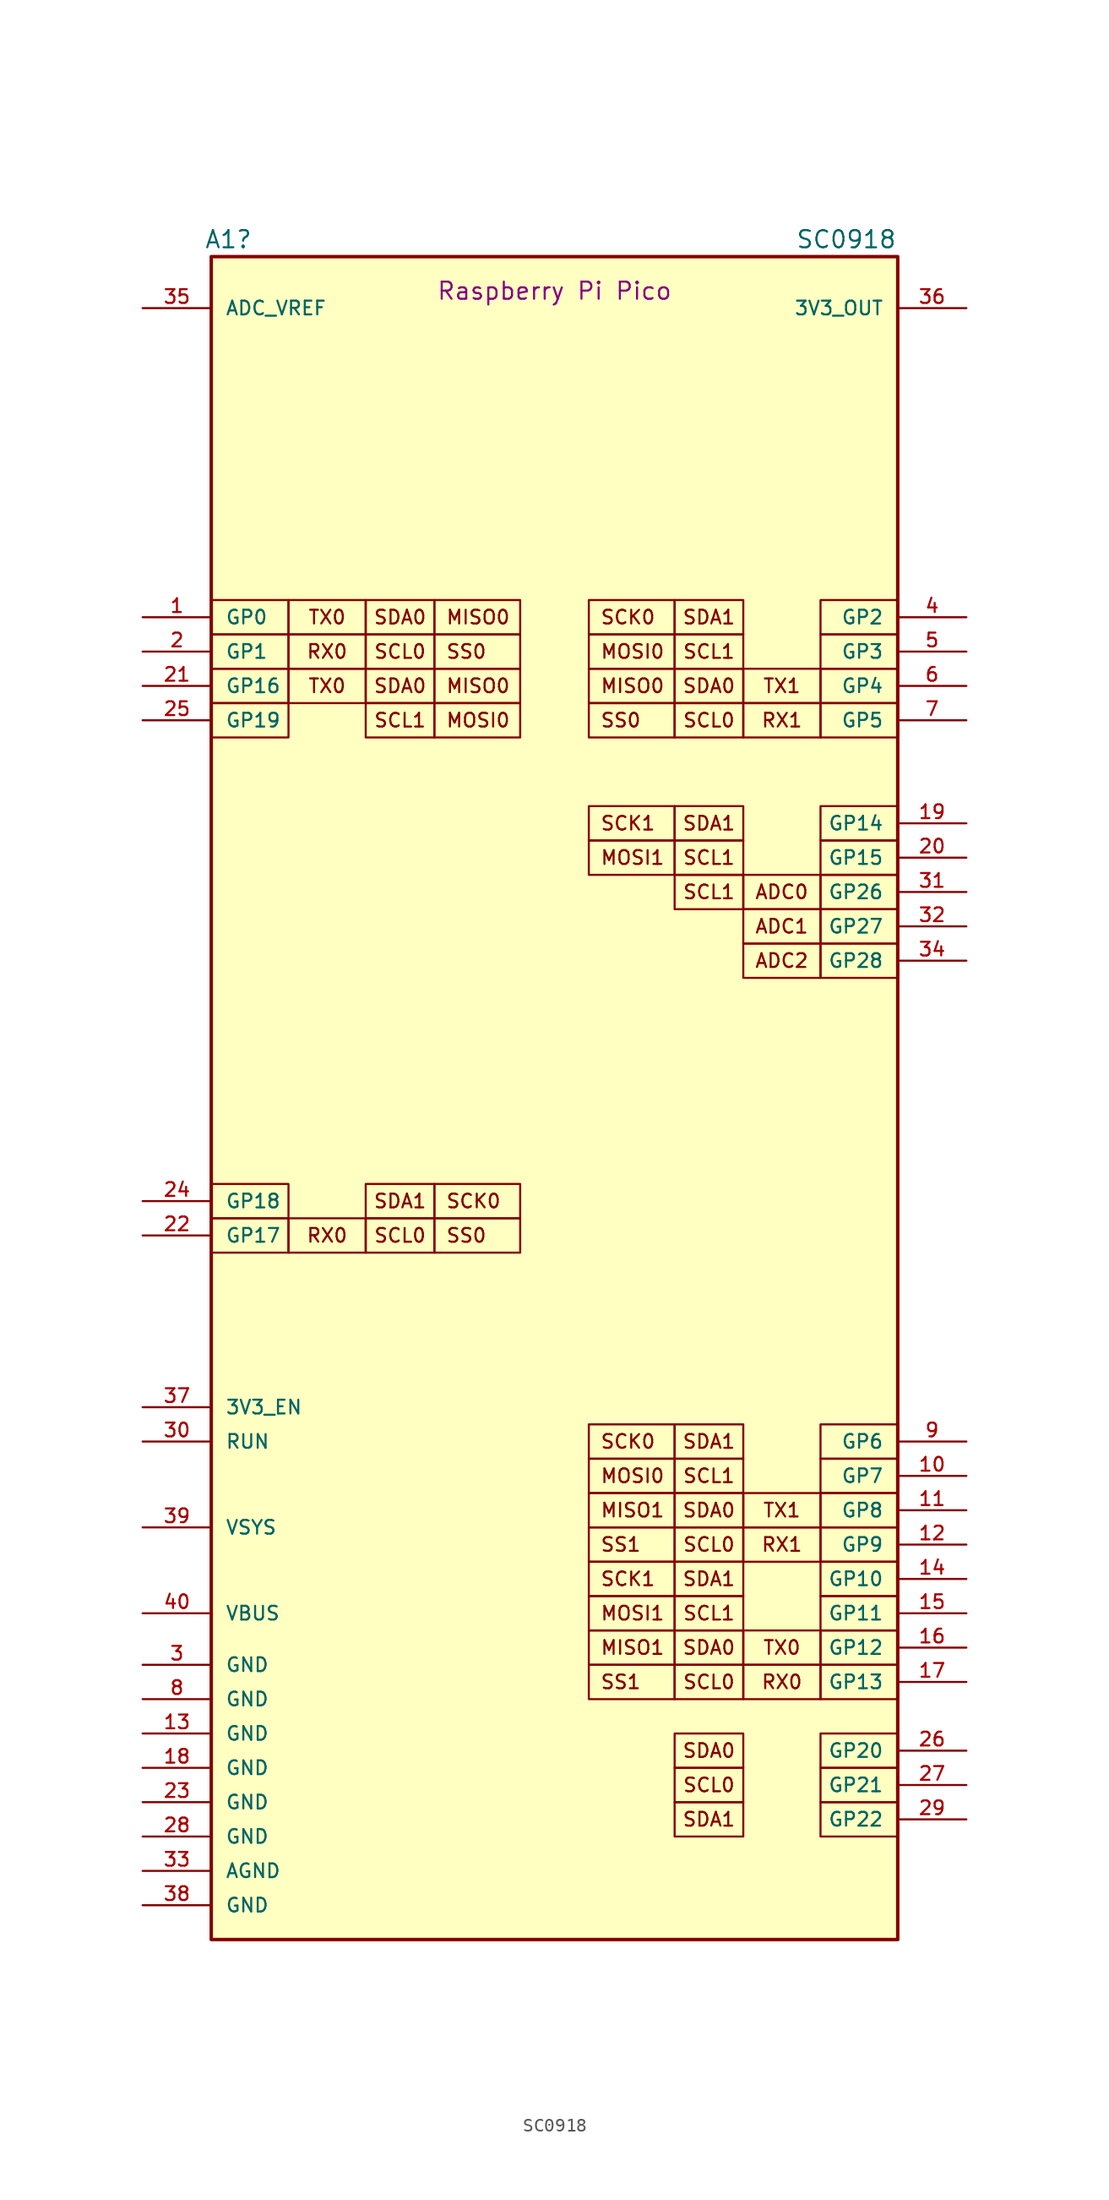
<source format=kicad_sym>
(kicad_symbol_lib
  (version 20220914)
  (generator kicad_symbol_editor)
  (symbol "SC0918"
    (pin_names
      (offset 1.016))
    (property "Reference" "A1"
      (at -24.13 82.55 0)
      (effects (font (size 1.27 1.27))))
    (property "Value" "SC0918"
      (at 21.59 82.55 0)
      (effects (font (size 1.27 1.27))))
    (property "manufacturer" "Raspberry Pi Pico"
      (at 0 78.74 0)
      (effects (font (size 1.27 1.27))))
    (symbol "SC0918_0_0"
      (rectangle (start -25.4 81.28) (end 25.4 -43.18) (stroke (width 0.254) (type default)) (fill (type background)))
      (text_box "ADC0" (at 13.97 35.56 0) (size 5.715 -2.54) (stroke (width 0) (type default)) (fill (type none)) (effects (font (size 1.016 1.016)) (justify left)))
      (text_box "ADC1" (at 13.97 33.02 0) (size 5.715 -2.54) (stroke (width 0) (type default)) (fill (type none)) (effects (font (size 1.016 1.016)) (justify left)))
      (text_box "ADC2" (at 13.97 30.48 0) (size 5.715 -2.54) (stroke (width 0) (type default)) (fill (type none)) (effects (font (size 1.016 1.016)) (justify left)))
      (text_box "MISO0" (at -8.89 48.26 0) (size 6.35 2.54) (stroke (width 0) (type default)) (fill (type none)) (effects (font (size 1.016 1.016)) (justify left)))
      (text_box "MISO0" (at -8.89 55.88 0) (size 6.35 -2.54) (stroke (width 0) (type default)) (fill (type none)) (effects (font (size 1.016 1.016)) (justify left)))
      (text_box "MISO0" (at 2.54 48.26 0) (size 6.35 2.54) (stroke (width 0) (type default)) (fill (type none)) (effects (font (size 1.016 1.016)) (justify left)))
      (text_box "MISO1" (at 2.54 -22.86 0) (size 6.35 2.54) (stroke (width 0) (type default)) (fill (type none)) (effects (font (size 1.016 1.016)) (justify left)))
      (text_box "MISO1" (at 2.54 -12.7 0) (size 6.35 2.54) (stroke (width 0) (type default)) (fill (type none)) (effects (font (size 1.016 1.016)) (justify left)))
      (text_box "MOSI0" (at -8.89 45.72 0) (size 6.35 2.54) (stroke (width 0) (type default)) (fill (type none)) (effects (font (size 1.016 1.016)) (justify left)))
      (text_box "MOSI0" (at 2.54 -10.16 0) (size 6.35 2.54) (stroke (width 0) (type default)) (fill (type none)) (effects (font (size 1.016 1.016)) (justify left)))
      (text_box "MOSI0" (at 2.54 50.8 0) (size 6.35 2.54) (stroke (width 0) (type default)) (fill (type none)) (effects (font (size 1.016 1.016)) (justify left)))
      (text_box "MOSI1" (at 2.54 -20.32 0) (size 6.35 2.54) (stroke (width 0) (type default)) (fill (type none)) (effects (font (size 1.016 1.016)) (justify left)))
      (text_box "MOSI1" (at 2.54 35.56 0) (size 6.35 2.54) (stroke (width 0) (type default)) (fill (type none)) (effects (font (size 1.016 1.016)) (justify left)))
      (text_box "RX0" (at -19.685 7.62 0) (size 5.715 2.54) (stroke (width 0) (type default)) (fill (type none)) (effects (font (size 1.016 1.016))))
      (text_box "RX0" (at -19.685 53.34 0) (size 5.715 -2.54) (stroke (width 0) (type default)) (fill (type none)) (effects (font (size 1.016 1.016))))
      (text_box "RX0" (at 13.97 -25.4 0) (size 5.715 2.54) (stroke (width 0) (type default)) (fill (type none)) (effects (font (size 1.016 1.016))))
      (text_box "RX1" (at 13.97 -15.24 0) (size 5.715 2.54) (stroke (width 0) (type default)) (fill (type none)) (effects (font (size 1.016 1.016))))
      (text_box "RX1" (at 13.97 45.72 0) (size 5.715 2.54) (stroke (width 0) (type default)) (fill (type none)) (effects (font (size 1.016 1.016))))
      (text_box "SCK0" (at -8.89 10.16 0) (size 6.35 2.54) (stroke (width 0) (type default)) (fill (type none)) (effects (font (size 1.016 1.016)) (justify left)))
      (text_box "SCK0" (at 2.54 -7.62 0) (size 6.35 2.54) (stroke (width 0) (type default)) (fill (type none)) (effects (font (size 1.016 1.016)) (justify left)))
      (text_box "SCK0" (at 2.54 53.34 0) (size 6.35 2.54) (stroke (width 0) (type default)) (fill (type none)) (effects (font (size 1.016 1.016)) (justify left)))
      (text_box "SCK1" (at 2.54 -17.78 0) (size 6.35 2.54) (stroke (width 0) (type default)) (fill (type none)) (effects (font (size 1.016 1.016)) (justify left)))
      (text_box "SCK1" (at 2.54 38.1 0) (size 6.35 2.54) (stroke (width 0) (type default)) (fill (type none)) (effects (font (size 1.016 1.016)) (justify left)))
      (text_box "SCL0" (at -13.97 7.62 0) (size 5.08 2.54) (stroke (width 0) (type default)) (fill (type none)) (effects (font (size 1.016 1.016))))
      (text_box "SCL0" (at -13.97 53.34 0) (size 5.08 -2.54) (stroke (width 0) (type default)) (fill (type none)) (effects (font (size 1.016 1.016))))
      (text_box "SCL0" (at 8.89 -30.48 0) (size 5.08 -2.54) (stroke (width 0) (type default)) (fill (type none)) (effects (font (size 1.016 1.016))))
      (text_box "SCL0" (at 8.89 -25.4 0) (size 5.08 2.54) (stroke (width 0) (type default)) (fill (type none)) (effects (font (size 1.016 1.016))))
      (text_box "SCL0" (at 8.89 -15.24 0) (size 5.08 2.54) (stroke (width 0) (type default)) (fill (type none)) (effects (font (size 1.016 1.016))))
      (text_box "SCL0" (at 8.89 45.72 0) (size 5.08 2.54) (stroke (width 0) (type default)) (fill (type none)) (effects (font (size 1.016 1.016))))
      (text_box "SCL1" (at -13.97 45.72 0) (size 5.08 2.54) (stroke (width 0) (type default)) (fill (type none)) (effects (font (size 1.016 1.016))))
      (text_box "SCL1" (at 8.89 -20.32 0) (size 5.08 2.54) (stroke (width 0) (type default)) (fill (type none)) (effects (font (size 1.016 1.016))))
      (text_box "SCL1" (at 8.89 -10.16 0) (size 5.08 2.54) (stroke (width 0) (type default)) (fill (type none)) (effects (font (size 1.016 1.016))))
      (text_box "SCL1" (at 8.89 35.56 0) (size 5.08 -2.54) (stroke (width 0) (type default)) (fill (type none)) (effects (font (size 1.016 1.016))))
      (text_box "SCL1" (at 8.89 35.56 0) (size 5.08 2.54) (stroke (width 0) (type default)) (fill (type none)) (effects (font (size 1.016 1.016))))
      (text_box "SCL1" (at 8.89 50.8 0) (size 5.08 2.54) (stroke (width 0) (type default)) (fill (type none)) (effects (font (size 1.016 1.016))))
      (text_box "SDA0" (at -13.97 48.26 0) (size 5.08 2.54) (stroke (width 0) (type default)) (fill (type none)) (effects (font (size 1.016 1.016))))
      (text_box "SDA0" (at -13.97 55.88 0) (size 5.08 -2.54) (stroke (width 0) (type default)) (fill (type none)) (effects (font (size 1.016 1.016))))
      (text_box "SDA0" (at 8.89 -27.94 0) (size 5.08 -2.54) (stroke (width 0) (type default)) (fill (type none)) (effects (font (size 1.016 1.016))))
      (text_box "SDA0" (at 8.89 -22.86 0) (size 5.08 2.54) (stroke (width 0) (type default)) (fill (type none)) (effects (font (size 1.016 1.016))))
      (text_box "SDA0" (at 8.89 -12.7 0) (size 5.08 2.54) (stroke (width 0) (type default)) (fill (type none)) (effects (font (size 1.016 1.016))))
      (text_box "SDA0" (at 8.89 48.26 0) (size 5.08 2.54) (stroke (width 0) (type default)) (fill (type none)) (effects (font (size 1.016 1.016))))
      (text_box "SDA1" (at -13.97 10.16 0) (size 5.08 2.54) (stroke (width 0) (type default)) (fill (type none)) (effects (font (size 1.016 1.016))))
      (text_box "SDA1" (at 8.89 -33.02 0) (size 5.08 -2.54) (stroke (width 0) (type default)) (fill (type none)) (effects (font (size 1.016 1.016))))
      (text_box "SDA1" (at 8.89 -17.78 0) (size 5.08 2.54) (stroke (width 0) (type default)) (fill (type none)) (effects (font (size 1.016 1.016))))
      (text_box "SDA1" (at 8.89 -7.62 0) (size 5.08 2.54) (stroke (width 0) (type default)) (fill (type none)) (effects (font (size 1.016 1.016))))
      (text_box "SDA1" (at 8.89 38.1 0) (size 5.08 2.54) (stroke (width 0) (type default)) (fill (type none)) (effects (font (size 1.016 1.016))))
      (text_box "SDA1" (at 8.89 53.34 0) (size 5.08 2.54) (stroke (width 0) (type default)) (fill (type none)) (effects (font (size 1.016 1.016))))
      (text_box "SS0" (at -8.89 7.62 0) (size 6.35 2.54) (stroke (width 0) (type default)) (fill (type none)) (effects (font (size 1.016 1.016)) (justify left)))
      (text_box "SS0" (at -8.89 53.34 0) (size 6.35 -2.54) (stroke (width 0) (type default)) (fill (type none)) (effects (font (size 1.016 1.016)) (justify left)))
      (text_box "SS0" (at 2.54 45.72 0) (size 6.35 2.54) (stroke (width 0) (type default)) (fill (type none)) (effects (font (size 1.016 1.016)) (justify left)))
      (text_box "SS1" (at 2.54 -25.4 0) (size 6.35 2.54) (stroke (width 0) (type default)) (fill (type none)) (effects (font (size 1.016 1.016)) (justify left)))
      (text_box "SS1" (at 2.54 -15.24 0) (size 6.35 2.54) (stroke (width 0) (type default)) (fill (type none)) (effects (font (size 1.016 1.016)) (justify left)))
      (text_box "TX0" (at -19.685 48.26 0) (size 5.715 2.54) (stroke (width 0) (type default)) (fill (type none)) (effects (font (size 1.016 1.016))))
      (text_box "TX0" (at -19.685 55.88 0) (size 5.715 -2.54) (stroke (width 0) (type default)) (fill (type none)) (effects (font (size 1.016 1.016))))
      (text_box "TX0" (at 13.97 -22.86 0) (size 5.715 2.54) (stroke (width 0) (type default)) (fill (type none)) (effects (font (size 1.016 1.016))))
      (text_box "TX1" (at 13.97 -12.7 0) (size 5.715 2.54) (stroke (width 0) (type default)) (fill (type none)) (effects (font (size 1.016 1.016))))
      (text_box "TX1" (at 13.97 48.26 0) (size 5.715 2.54) (stroke (width 0) (type default)) (fill (type none)) (effects (font (size 1.016 1.016))))
      (pin bidirectional line (at -30.48 54.61 0) (length 5.08) (name "GP0" (effects (font (size 1.016 1.016)))) (number "1" (effects (font (size 1.016 1.016)))))
      (pin bidirectional line (at 30.48 -8.89 180) (length 5.08) (name "GP7" (effects (font (size 1.016 1.016)))) (number "10" (effects (font (size 1.016 1.016)))))
      (pin bidirectional line (at 30.48 -11.43 180) (length 5.08) (name "GP8" (effects (font (size 1.016 1.016)))) (number "11" (effects (font (size 1.016 1.016)))))
      (pin bidirectional line (at 30.48 -13.97 180) (length 5.08) (name "GP9" (effects (font (size 1.016 1.016)))) (number "12" (effects (font (size 1.016 1.016)))))
      (pin power_in line (at -30.48 -27.94 0) (length 5.08) (name "GND" (effects (font (size 1.016 1.016)))) (number "13" (effects (font (size 1.016 1.016)))))
      (pin bidirectional line (at 30.48 -16.51 180) (length 5.08) (name "GP10" (effects (font (size 1.016 1.016)))) (number "14" (effects (font (size 1.016 1.016)))))
      (pin bidirectional line (at 30.48 -19.05 180) (length 5.08) (name "GP11" (effects (font (size 1.016 1.016)))) (number "15" (effects (font (size 1.016 1.016)))))
      (pin bidirectional line (at 30.48 -21.59 180) (length 5.08) (name "GP12" (effects (font (size 1.016 1.016)))) (number "16" (effects (font (size 1.016 1.016)))))
      (pin bidirectional line (at 30.48 -24.13 180) (length 5.08) (name "GP13" (effects (font (size 1.016 1.016)))) (number "17" (effects (font (size 1.016 1.016)))))
      (pin power_in line (at -30.48 -30.48 0) (length 5.08) (name "GND" (effects (font (size 1.016 1.016)))) (number "18" (effects (font (size 1.016 1.016)))))
      (pin bidirectional line (at 30.48 39.37 180) (length 5.08) (name "GP14" (effects (font (size 1.016 1.016)))) (number "19" (effects (font (size 1.016 1.016)))))
      (pin bidirectional line (at -30.48 52.07 0) (length 5.08) (name "GP1" (effects (font (size 1.016 1.016)))) (number "2" (effects (font (size 1.016 1.016)))))
      (pin bidirectional line (at 30.48 36.83 180) (length 5.08) (name "GP15" (effects (font (size 1.016 1.016)))) (number "20" (effects (font (size 1.016 1.016)))))
      (pin bidirectional line (at -30.48 49.53 0) (length 5.08) (name "GP16" (effects (font (size 1.016 1.016)))) (number "21" (effects (font (size 1.016 1.016)))))
      (pin bidirectional line (at -30.48 8.89 0) (length 5.08) (name "GP17" (effects (font (size 1.016 1.016)))) (number "22" (effects (font (size 1.016 1.016)))))
      (pin power_in line (at -30.48 -33.02 0) (length 5.08) (name "GND" (effects (font (size 1.016 1.016)))) (number "23" (effects (font (size 1.016 1.016)))))
      (pin bidirectional line (at -30.48 11.43 0) (length 5.08) (name "GP18" (effects (font (size 1.016 1.016)))) (number "24" (effects (font (size 1.016 1.016)))))
      (pin bidirectional line (at -30.48 46.99 0) (length 5.08) (name "GP19" (effects (font (size 1.016 1.016)))) (number "25" (effects (font (size 1.016 1.016)))))
      (pin bidirectional line (at 30.48 -29.21 180) (length 5.08) (name "GP20" (effects (font (size 1.016 1.016)))) (number "26" (effects (font (size 1.016 1.016)))))
      (pin bidirectional line (at 30.48 -31.75 180) (length 5.08) (name "GP21" (effects (font (size 1.016 1.016)))) (number "27" (effects (font (size 1.016 1.016)))))
      (pin power_in line (at -30.48 -35.56 0) (length 5.08) (name "GND" (effects (font (size 1.016 1.016)))) (number "28" (effects (font (size 1.016 1.016)))))
      (pin bidirectional line (at 30.48 -34.29 180) (length 5.08) (name "GP22" (effects (font (size 1.016 1.016)))) (number "29" (effects (font (size 1.016 1.016)))))
      (pin power_in line (at -30.48 -22.86 0) (length 5.08) (name "GND" (effects (font (size 1.016 1.016)))) (number "3" (effects (font (size 1.016 1.016)))))
      (pin input line (at -30.48 -6.35 0) (length 5.08) (name "RUN" (effects (font (size 1.016 1.016)))) (number "30" (effects (font (size 1.016 1.016)))))
      (pin bidirectional line (at 30.48 34.29 180) (length 5.08) (name "GP26" (effects (font (size 1.016 1.016)))) (number "31" (effects (font (size 1.016 1.016)))))
      (pin bidirectional line (at 30.48 31.75 180) (length 5.08) (name "GP27" (effects (font (size 1.016 1.016)))) (number "32" (effects (font (size 1.016 1.016)))))
      (pin power_in line (at -30.48 -38.1 0) (length 5.08) (name "AGND" (effects (font (size 1.016 1.016)))) (number "33" (effects (font (size 1.016 1.016)))))
      (pin bidirectional line (at 30.48 29.21 180) (length 5.08) (name "GP28" (effects (font (size 1.016 1.016)))) (number "34" (effects (font (size 1.016 1.016)))))
      (pin power_in line (at -30.48 77.47 0) (length 5.08) (name "ADC_VREF" (effects (font (size 1.016 1.016)))) (number "35" (effects (font (size 1.016 1.016)))))
      (pin power_in line (at 30.48 77.47 180) (length 5.08) (name "3V3_OUT" (effects (font (size 1.016 1.016)))) (number "36" (effects (font (size 1.016 1.016)))))
      (pin input line (at -30.48 -3.81 0) (length 5.08) (name "3V3_EN" (effects (font (size 1.016 1.016)))) (number "37" (effects (font (size 1.016 1.016)))))
      (pin power_in line (at -30.48 -40.64 0) (length 5.08) (name "GND" (effects (font (size 1.016 1.016)))) (number "38" (effects (font (size 1.016 1.016)))))
      (pin free line (at -30.48 -12.7 0) (length 5.08) (name "VSYS" (effects (font (size 1.016 1.016)))) (number "39" (effects (font (size 1.016 1.016)))))
      (pin bidirectional line (at 30.48 54.61 180) (length 5.08) (name "GP2" (effects (font (size 1.016 1.016)))) (number "4" (effects (font (size 1.016 1.016)))))
      (pin free line (at -30.48 -19.05 0) (length 5.08) (name "VBUS" (effects (font (size 1.016 1.016)))) (number "40" (effects (font (size 1.016 1.016)))))
      (pin bidirectional line (at 30.48 52.07 180) (length 5.08) (name "GP3" (effects (font (size 1.016 1.016)))) (number "5" (effects (font (size 1.016 1.016)))))
      (pin bidirectional line (at 30.48 49.53 180) (length 5.08) (name "GP4" (effects (font (size 1.016 1.016)))) (number "6" (effects (font (size 1.016 1.016)))))
      (pin bidirectional line (at 30.48 46.99 180) (length 5.08) (name "GP5" (effects (font (size 1.016 1.016)))) (number "7" (effects (font (size 1.016 1.016)))))
      (pin power_in line (at -30.48 -25.4 0) (length 5.08) (name "GND" (effects (font (size 1.016 1.016)))) (number "8" (effects (font (size 1.016 1.016)))))
      (pin bidirectional line (at 30.48 -6.35 180) (length 5.08) (name "GP6" (effects (font (size 1.016 1.016)))) (number "9" (effects (font (size 1.016 1.016))))))
    (symbol "SC0918_0_1"
      (rectangle (start -25.4 7.62) (end -19.685 10.16) (stroke (width 0) (type default)) (fill (type none)))
      (rectangle (start -25.4 10.16) (end -19.685 12.7) (stroke (width 0) (type default)) (fill (type none)))
      (rectangle (start -25.4 45.72) (end -19.685 48.26) (stroke (width 0) (type default)) (fill (type none)))
      (rectangle (start -25.4 48.26) (end -19.685 50.8) (stroke (width 0) (type default)) (fill (type none)))
      (rectangle (start -25.4 53.34) (end -19.685 50.8) (stroke (width 0) (type default)) (fill (type none)))
      (rectangle (start -25.4 55.88) (end -19.685 53.34) (stroke (width 0) (type default)) (fill (type none)))
      (rectangle (start 19.685 -33.02) (end 25.4 -35.56) (stroke (width 0) (type default)) (fill (type none)))
      (rectangle (start 19.685 -30.48) (end 25.4 -33.02) (stroke (width 0) (type default)) (fill (type none)))
      (rectangle (start 19.685 -27.94) (end 25.4 -30.48) (stroke (width 0) (type default)) (fill (type none)))
      (rectangle (start 19.685 -25.4) (end 25.4 -22.86) (stroke (width 0) (type default)) (fill (type none)))
      (rectangle (start 19.685 -22.86) (end 25.4 -20.32) (stroke (width 0) (type default)) (fill (type none)))
      (rectangle (start 19.685 -20.32) (end 25.4 -17.78) (stroke (width 0) (type default)) (fill (type none)))
      (rectangle (start 19.685 -17.78) (end 25.4 -15.24) (stroke (width 0) (type default)) (fill (type none)))
      (rectangle (start 19.685 -15.24) (end 25.4 -12.7) (stroke (width 0) (type default)) (fill (type none)))
      (rectangle (start 19.685 -12.7) (end 25.4 -10.16) (stroke (width 0) (type default)) (fill (type none)))
      (rectangle (start 19.685 -10.16) (end 25.4 -7.62) (stroke (width 0) (type default)) (fill (type none)))
      (rectangle (start 19.685 -7.62) (end 25.4 -5.08) (stroke (width 0) (type default)) (fill (type none)))
      (rectangle (start 19.685 30.48) (end 25.4 27.94) (stroke (width 0) (type default)) (fill (type none)))
      (rectangle (start 19.685 33.02) (end 25.4 30.48) (stroke (width 0) (type default)) (fill (type none)))
      (rectangle (start 19.685 35.56) (end 25.4 33.02) (stroke (width 0) (type default)) (fill (type none)))
      (rectangle (start 19.685 35.56) (end 25.4 38.1) (stroke (width 0) (type default)) (fill (type none)))
      (rectangle (start 19.685 38.1) (end 25.4 40.64) (stroke (width 0) (type default)) (fill (type none)))
      (rectangle (start 19.685 45.72) (end 25.4 48.26) (stroke (width 0) (type default)) (fill (type none)))
      (rectangle (start 19.685 48.26) (end 25.4 50.8) (stroke (width 0) (type default)) (fill (type none)))
      (rectangle (start 19.685 50.8) (end 25.4 53.34) (stroke (width 0) (type default)) (fill (type none)))
      (rectangle (start 19.685 53.34) (end 25.4 55.88) (stroke (width 0) (type default)) (fill (type none))))))
</source>
